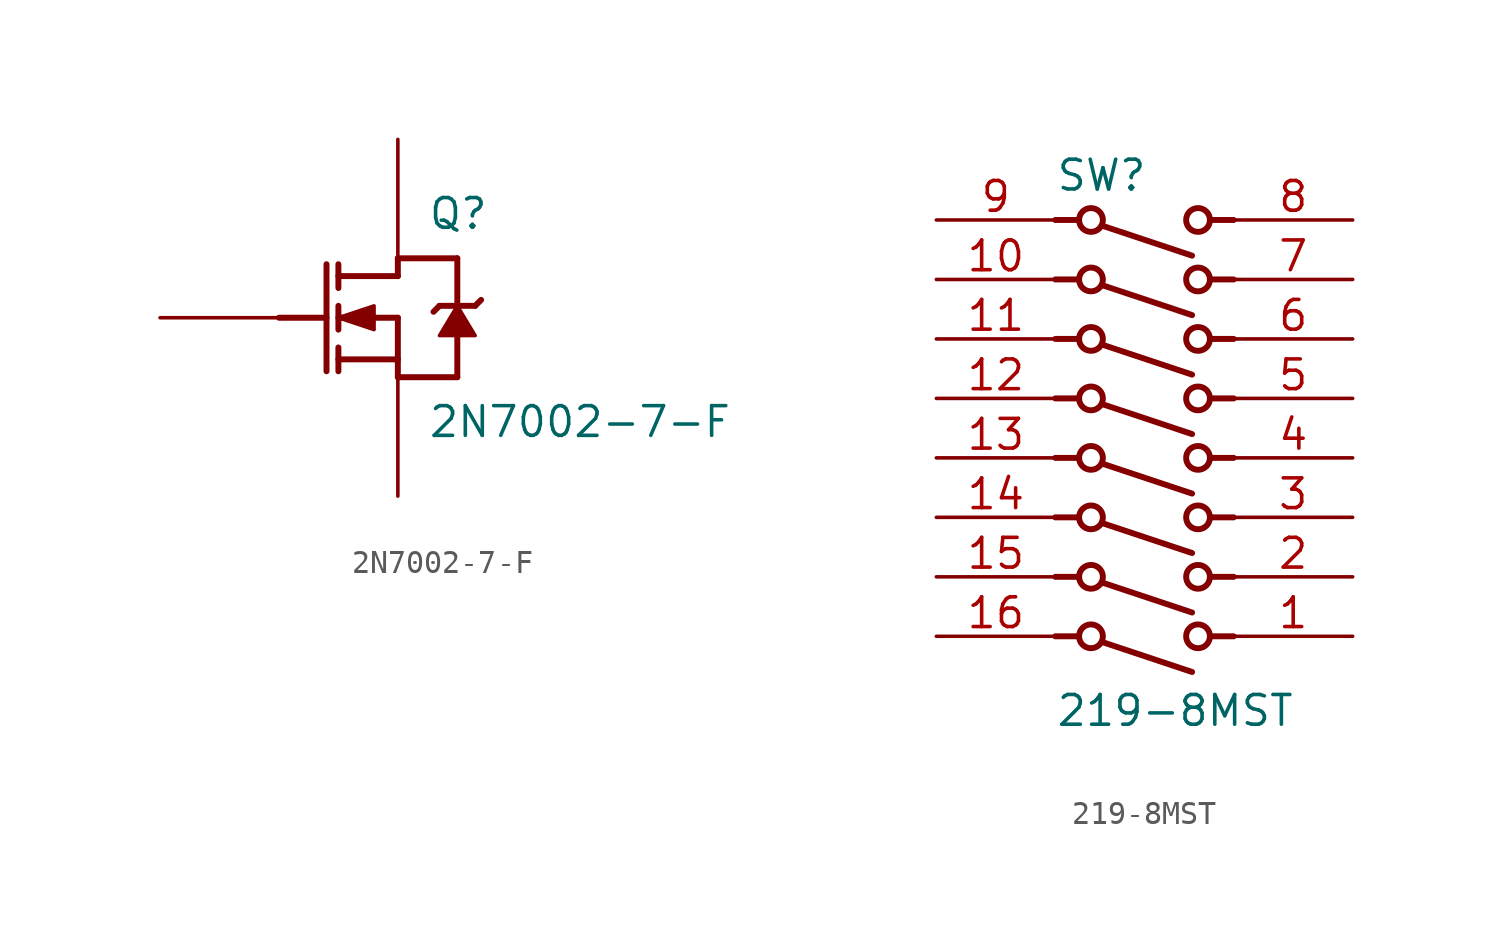
<source format=kicad_sym>
(kicad_symbol_lib
  (version 20211014)
  (generator kicad_symbol_editor)
  (symbol "2N7002-7-F"
    (property "Reference" "Q"
      (at 6.35 4.445 0)
      (effects (font (size 1.27 1.27)) (justify left)))
    (property "Value" "2N7002-7-F"
      (at 6.35 -4.445 0)
      (effects (font (size 1.27 1.27)) (justify left)))
    (symbol "2N7002-7-F_1_0"
      (polyline (pts (xy 0 0) (xy 2.032 0)) (stroke (width 0.254) (type default) (color 0 0 0 0)) (fill (type none)))
      (polyline (pts (xy 2.032 2.286) (xy 2.032 -2.286)) (stroke (width 0.254) (type default) (color 0 0 0 0)) (fill (type none)))
      (polyline (pts (xy 2.54 -2.286) (xy 2.54 -1.27)) (stroke (width 0.254) (type default) (color 0 0 0 0)) (fill (type none)))
      (polyline (pts (xy 2.54 -0.508) (xy 2.54 0.508)) (stroke (width 0.254) (type default) (color 0 0 0 0)) (fill (type none)))
      (polyline (pts (xy 2.54 2.286) (xy 2.54 1.27)) (stroke (width 0.254) (type default) (color 0 0 0 0)) (fill (type none)))
      (polyline (pts (xy 5.08 -2.54) (xy 7.62 -2.54)) (stroke (width 0.254) (type default) (color 0 0 0 0)) (fill (type none)))
      (polyline (pts (xy 5.08 -1.778) (xy 2.54 -1.778)) (stroke (width 0.254) (type default) (color 0 0 0 0)) (fill (type none)))
      (polyline (pts (xy 5.08 0) (xy 2.54 0)) (stroke (width 0.254) (type default) (color 0 0 0 0)) (fill (type none)))
      (polyline (pts (xy 5.08 0) (xy 5.08 -2.54)) (stroke (width 0.254) (type default) (color 0 0 0 0)) (fill (type none)))
      (polyline (pts (xy 5.08 1.778) (xy 2.54 1.778)) (stroke (width 0.254) (type default) (color 0 0 0 0)) (fill (type none)))
      (polyline (pts (xy 5.08 1.778) (xy 5.08 2.54)) (stroke (width 0.254) (type default) (color 0 0 0 0)) (fill (type none)))
      (polyline (pts (xy 5.08 2.54) (xy 7.62 2.54)) (stroke (width 0.254) (type default) (color 0 0 0 0)) (fill (type none)))
      (polyline (pts (xy 6.858 0.508) (xy 6.604 0.254)) (stroke (width 0.254) (type default) (color 0 0 0 0)) (fill (type none)))
      (polyline (pts (xy 6.858 0.508) (xy 8.382 0.508)) (stroke (width 0.254) (type default) (color 0 0 0 0)) (fill (type none)))
      (polyline (pts (xy 7.62 -2.54) (xy 7.62 -0.762)) (stroke (width 0.254) (type default) (color 0 0 0 0)) (fill (type none)))
      (polyline (pts (xy 7.62 2.54) (xy 7.62 0.508)) (stroke (width 0.254) (type default) (color 0 0 0 0)) (fill (type none)))
      (polyline (pts (xy 8.382 0.508) (xy 8.636 0.762)) (stroke (width 0.254) (type default) (color 0 0 0 0)) (fill (type none)))
      (polyline (pts (xy 2.54 0) (xy 4.064 0.508) (xy 4.064 -0.508) (xy 2.54 0)) (stroke (width 0) (type default) (color 0 0 0 0)) (fill (type outline)))
      (polyline (pts (xy 7.62 0.508) (xy 8.382 -0.762) (xy 6.858 -0.762) (xy 7.62 0.508)) (stroke (width 0) (type default) (color 0 0 0 0)) (fill (type outline)))
      (pin passive line (at 5.08 -7.62 90) (length 5.08) (name "S" (effects (font (size 0 0)))) (number "1" (effects (font (size 0 0)))))
      (pin passive line (at -5.08 0 0) (length 5.08) (name "G" (effects (font (size 0 0)))) (number "2" (effects (font (size 0 0)))))
      (pin passive line (at 5.08 7.62 270) (length 5.08) (name "D" (effects (font (size 0 0)))) (number "3" (effects (font (size 0 0)))))))
  (symbol "219-8MST"
    (property "Reference" "SW"
      (at 0 1.905 0)
      (effects (font (size 1.27 1.27)) (justify left)))
    (property "Value" "219-8MST"
      (at 0 -20.955 0)
      (effects (font (size 1.27 1.27)) (justify left)))
    (symbol "219-8MST_1_0"
      (polyline (pts (xy 0 -17.78) (xy 1.016 -17.78)) (stroke (width 0.254) (type default) (color 0 0 0 0)) (fill (type none)))
      (polyline (pts (xy 0 -15.24) (xy 1.016 -15.24)) (stroke (width 0.254) (type default) (color 0 0 0 0)) (fill (type none)))
      (polyline (pts (xy 0 -12.7) (xy 1.016 -12.7)) (stroke (width 0.254) (type default) (color 0 0 0 0)) (fill (type none)))
      (polyline (pts (xy 0 -10.16) (xy 1.016 -10.16)) (stroke (width 0.254) (type default) (color 0 0 0 0)) (fill (type none)))
      (polyline (pts (xy 0 -7.62) (xy 1.016 -7.62)) (stroke (width 0.254) (type default) (color 0 0 0 0)) (fill (type none)))
      (polyline (pts (xy 0 -5.08) (xy 1.016 -5.08)) (stroke (width 0.254) (type default) (color 0 0 0 0)) (fill (type none)))
      (polyline (pts (xy 0 -2.54) (xy 1.016 -2.54)) (stroke (width 0.254) (type default) (color 0 0 0 0)) (fill (type none)))
      (polyline (pts (xy 0 0) (xy 1.016 0)) (stroke (width 0.254) (type default) (color 0 0 0 0)) (fill (type none)))
      (polyline (pts (xy 5.842 -19.304) (xy 2.032 -18.034)) (stroke (width 0.254) (type default) (color 0 0 0 0)) (fill (type none)))
      (polyline (pts (xy 5.842 -16.764) (xy 2.032 -15.494)) (stroke (width 0.254) (type default) (color 0 0 0 0)) (fill (type none)))
      (polyline (pts (xy 5.842 -14.224) (xy 2.032 -12.954)) (stroke (width 0.254) (type default) (color 0 0 0 0)) (fill (type none)))
      (polyline (pts (xy 5.842 -11.684) (xy 2.032 -10.414)) (stroke (width 0.254) (type default) (color 0 0 0 0)) (fill (type none)))
      (polyline (pts (xy 5.842 -9.144) (xy 2.032 -7.874)) (stroke (width 0.254) (type default) (color 0 0 0 0)) (fill (type none)))
      (polyline (pts (xy 5.842 -6.604) (xy 2.032 -5.334)) (stroke (width 0.254) (type default) (color 0 0 0 0)) (fill (type none)))
      (polyline (pts (xy 5.842 -4.064) (xy 2.032 -2.794)) (stroke (width 0.254) (type default) (color 0 0 0 0)) (fill (type none)))
      (polyline (pts (xy 5.842 -1.524) (xy 2.032 -0.254)) (stroke (width 0.254) (type default) (color 0 0 0 0)) (fill (type none)))
      (polyline (pts (xy 7.62 -17.78) (xy 6.604 -17.78)) (stroke (width 0.254) (type default) (color 0 0 0 0)) (fill (type none)))
      (polyline (pts (xy 7.62 -15.24) (xy 6.604 -15.24)) (stroke (width 0.254) (type default) (color 0 0 0 0)) (fill (type none)))
      (polyline (pts (xy 7.62 -12.7) (xy 6.604 -12.7)) (stroke (width 0.254) (type default) (color 0 0 0 0)) (fill (type none)))
      (polyline (pts (xy 7.62 -10.16) (xy 6.604 -10.16)) (stroke (width 0.254) (type default) (color 0 0 0 0)) (fill (type none)))
      (polyline (pts (xy 7.62 -7.62) (xy 6.604 -7.62)) (stroke (width 0.254) (type default) (color 0 0 0 0)) (fill (type none)))
      (polyline (pts (xy 7.62 -5.08) (xy 6.604 -5.08)) (stroke (width 0.254) (type default) (color 0 0 0 0)) (fill (type none)))
      (polyline (pts (xy 7.62 -2.54) (xy 6.604 -2.54)) (stroke (width 0.254) (type default) (color 0 0 0 0)) (fill (type none)))
      (polyline (pts (xy 7.62 0) (xy 6.604 0)) (stroke (width 0.254) (type default) (color 0 0 0 0)) (fill (type none)))
      (circle (center 1.524 -17.78) (radius 0.508) (stroke (width 0.254) (type default) (color 0 0 0 0)) (fill (type none)))
      (circle (center 1.524 -15.24) (radius 0.508) (stroke (width 0.254) (type default) (color 0 0 0 0)) (fill (type none)))
      (circle (center 1.524 -12.7) (radius 0.508) (stroke (width 0.254) (type default) (color 0 0 0 0)) (fill (type none)))
      (circle (center 1.524 -10.16) (radius 0.508) (stroke (width 0.254) (type default) (color 0 0 0 0)) (fill (type none)))
      (circle (center 1.524 -7.62) (radius 0.508) (stroke (width 0.254) (type default) (color 0 0 0 0)) (fill (type none)))
      (circle (center 1.524 -5.08) (radius 0.508) (stroke (width 0.254) (type default) (color 0 0 0 0)) (fill (type none)))
      (circle (center 1.524 -2.54) (radius 0.508) (stroke (width 0.254) (type default) (color 0 0 0 0)) (fill (type none)))
      (circle (center 1.524 0) (radius 0.508) (stroke (width 0.254) (type default) (color 0 0 0 0)) (fill (type none)))
      (circle (center 6.096 -17.78) (radius 0.508) (stroke (width 0.254) (type default) (color 0 0 0 0)) (fill (type none)))
      (circle (center 6.096 -15.24) (radius 0.508) (stroke (width 0.254) (type default) (color 0 0 0 0)) (fill (type none)))
      (circle (center 6.096 -12.7) (radius 0.508) (stroke (width 0.254) (type default) (color 0 0 0 0)) (fill (type none)))
      (circle (center 6.096 -10.16) (radius 0.508) (stroke (width 0.254) (type default) (color 0 0 0 0)) (fill (type none)))
      (circle (center 6.096 -7.62) (radius 0.508) (stroke (width 0.254) (type default) (color 0 0 0 0)) (fill (type none)))
      (circle (center 6.096 -5.08) (radius 0.508) (stroke (width 0.254) (type default) (color 0 0 0 0)) (fill (type none)))
      (circle (center 6.096 -2.54) (radius 0.508) (stroke (width 0.254) (type default) (color 0 0 0 0)) (fill (type none)))
      (circle (center 6.096 0) (radius 0.508) (stroke (width 0.254) (type default) (color 0 0 0 0)) (fill (type none)))
      (pin passive line (at 12.7 -17.78 180) (length 5.08) (name "1" (effects (font (size 0 0)))) (number "1" (effects (font (size 1.27 1.27)))))
      (pin passive line (at -5.08 -2.54 0) (length 5.08) (name "10" (effects (font (size 0 0)))) (number "10" (effects (font (size 1.27 1.27)))))
      (pin passive line (at -5.08 -5.08 0) (length 5.08) (name "11" (effects (font (size 0 0)))) (number "11" (effects (font (size 1.27 1.27)))))
      (pin passive line (at -5.08 -7.62 0) (length 5.08) (name "12" (effects (font (size 0 0)))) (number "12" (effects (font (size 1.27 1.27)))))
      (pin passive line (at -5.08 -10.16 0) (length 5.08) (name "13" (effects (font (size 0 0)))) (number "13" (effects (font (size 1.27 1.27)))))
      (pin passive line (at -5.08 -12.7 0) (length 5.08) (name "14" (effects (font (size 0 0)))) (number "14" (effects (font (size 1.27 1.27)))))
      (pin passive line (at -5.08 -15.24 0) (length 5.08) (name "15" (effects (font (size 0 0)))) (number "15" (effects (font (size 1.27 1.27)))))
      (pin passive line (at -5.08 -17.78 0) (length 5.08) (name "16" (effects (font (size 0 0)))) (number "16" (effects (font (size 1.27 1.27)))))
      (pin passive line (at 12.7 -15.24 180) (length 5.08) (name "2" (effects (font (size 0 0)))) (number "2" (effects (font (size 1.27 1.27)))))
      (pin passive line (at 12.7 -12.7 180) (length 5.08) (name "3" (effects (font (size 0 0)))) (number "3" (effects (font (size 1.27 1.27)))))
      (pin passive line (at 12.7 -10.16 180) (length 5.08) (name "4" (effects (font (size 0 0)))) (number "4" (effects (font (size 1.27 1.27)))))
      (pin passive line (at 12.7 -7.62 180) (length 5.08) (name "5" (effects (font (size 0 0)))) (number "5" (effects (font (size 1.27 1.27)))))
      (pin passive line (at 12.7 -5.08 180) (length 5.08) (name "6" (effects (font (size 0 0)))) (number "6" (effects (font (size 1.27 1.27)))))
      (pin passive line (at 12.7 -2.54 180) (length 5.08) (name "7" (effects (font (size 0 0)))) (number "7" (effects (font (size 1.27 1.27)))))
      (pin passive line (at 12.7 0 180) (length 5.08) (name "8" (effects (font (size 0 0)))) (number "8" (effects (font (size 1.27 1.27)))))
      (pin passive line (at -5.08 0 0) (length 5.08) (name "9" (effects (font (size 0 0)))) (number "9" (effects (font (size 1.27 1.27))))))))
</source>
